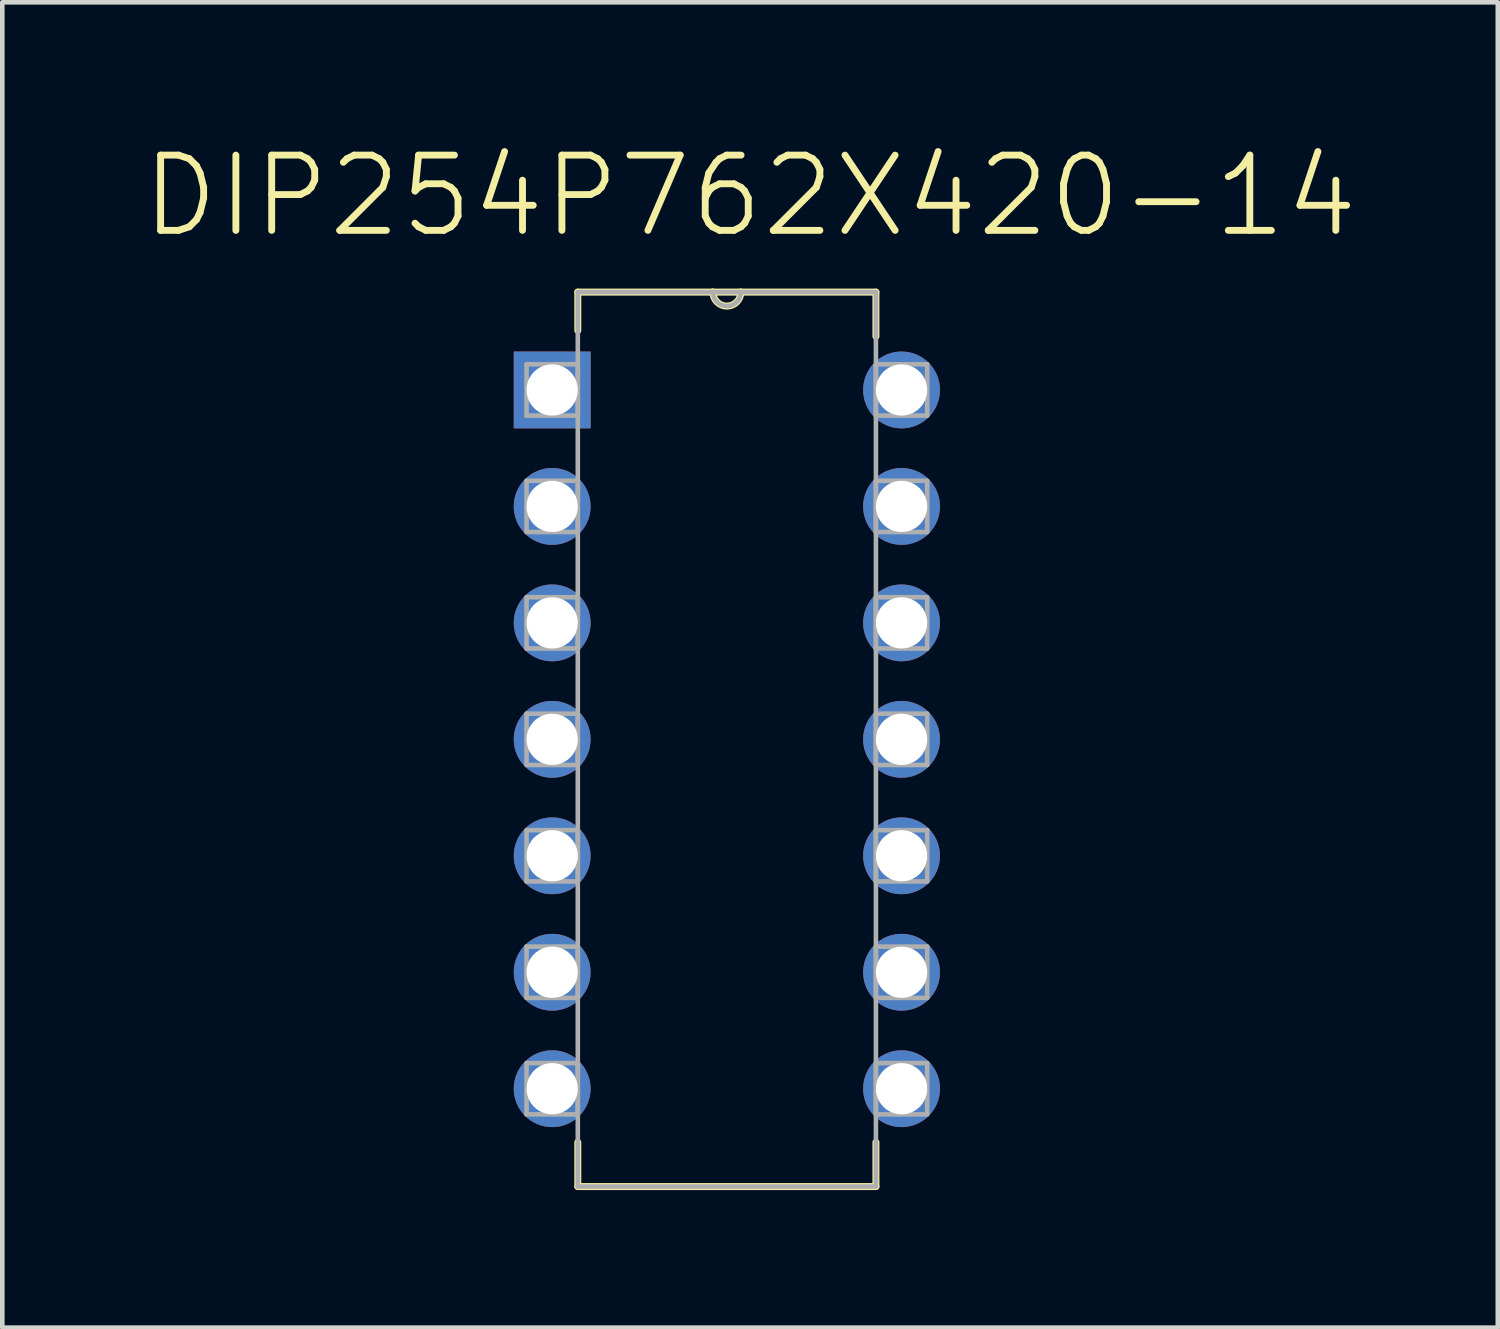
<source format=kicad_pcb>
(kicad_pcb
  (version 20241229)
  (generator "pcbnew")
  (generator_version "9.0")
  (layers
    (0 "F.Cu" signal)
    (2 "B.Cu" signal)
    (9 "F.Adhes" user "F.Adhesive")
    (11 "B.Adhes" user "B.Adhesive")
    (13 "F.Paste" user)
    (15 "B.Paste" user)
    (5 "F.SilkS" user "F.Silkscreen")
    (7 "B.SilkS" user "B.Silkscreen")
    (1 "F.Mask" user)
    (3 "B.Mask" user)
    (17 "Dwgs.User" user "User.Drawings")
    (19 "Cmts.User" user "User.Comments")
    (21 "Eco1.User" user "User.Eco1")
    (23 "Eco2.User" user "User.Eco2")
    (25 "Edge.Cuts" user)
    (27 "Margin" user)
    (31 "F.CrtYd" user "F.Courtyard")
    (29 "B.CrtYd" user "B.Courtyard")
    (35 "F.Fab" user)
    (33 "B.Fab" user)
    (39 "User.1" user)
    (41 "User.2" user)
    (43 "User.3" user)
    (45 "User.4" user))
  (footprint "DIP254P762X420-14"
    (layer "F.Cu")
    (at 16.613 20.695)
    (property "Reference" "DIP254P762X420-14" (at -3.305 -19.472 0) (layer "F.SilkS") (effects (font (size 1.641 1.641) (thickness 0.15))))
    (attr through_hole)
    (fp_line (start -7.061 -17.374) (end -7.061 -16.535) (stroke (width 0.152) (type solid)) (layer "F.SilkS"))
    (fp_line (start -7.061 1.168) (end -7.061 2.134) (stroke (width 0.152) (type solid)) (layer "F.SilkS"))
    (fp_line (start -7.061 2.134) (end -0.559 2.134) (stroke (width 0.152) (type solid)) (layer "F.SilkS"))
    (fp_line (start -4.115 -17.374) (end -7.061 -17.374) (stroke (width 0.152) (type solid)) (layer "F.SilkS"))
    (fp_line (start -3.505 -17.374) (end -4.115 -17.374) (stroke (width 0.152) (type solid)) (layer "F.SilkS"))
    (fp_line (start -0.559 -17.374) (end -3.505 -17.374) (stroke (width 0.152) (type solid)) (layer "F.SilkS"))
    (fp_line (start -0.559 -16.408) (end -0.559 -17.374) (stroke (width 0.152) (type solid)) (layer "F.SilkS"))
    (fp_line (start -0.559 2.134) (end -0.559 1.168) (stroke (width 0.152) (type solid)) (layer "F.SilkS"))
    (fp_arc (start -3.5052 -17.3736) (mid -3.81 -17.0688) (end -4.1148 -17.3736) (stroke (width 0.1524) (type solid)) (layer "F.SilkS"))
    (fp_line (start -8.179 -15.799) (end -8.179 -14.681) (stroke (width 0.1) (type solid)) (layer "F.Fab"))
    (fp_line (start -8.179 -14.681) (end -7.061 -14.681) (stroke (width 0.1) (type solid)) (layer "F.Fab"))
    (fp_line (start -8.179 -13.259) (end -8.179 -12.141) (stroke (width 0.1) (type solid)) (layer "F.Fab"))
    (fp_line (start -8.179 -12.141) (end -7.061 -12.141) (stroke (width 0.1) (type solid)) (layer "F.Fab"))
    (fp_line (start -8.179 -10.719) (end -8.179 -9.601) (stroke (width 0.1) (type solid)) (layer "F.Fab"))
    (fp_line (start -8.179 -9.601) (end -7.061 -9.601) (stroke (width 0.1) (type solid)) (layer "F.Fab"))
    (fp_line (start -8.179 -8.179) (end -8.179 -7.061) (stroke (width 0.1) (type solid)) (layer "F.Fab"))
    (fp_line (start -8.179 -7.061) (end -7.061 -7.061) (stroke (width 0.1) (type solid)) (layer "F.Fab"))
    (fp_line (start -8.179 -5.639) (end -8.179 -4.521) (stroke (width 0.1) (type solid)) (layer "F.Fab"))
    (fp_line (start -8.179 -4.521) (end -7.061 -4.521) (stroke (width 0.1) (type solid)) (layer "F.Fab"))
    (fp_line (start -8.179 -3.099) (end -8.179 -1.981) (stroke (width 0.1) (type solid)) (layer "F.Fab"))
    (fp_line (start -8.179 -1.981) (end -7.061 -1.981) (stroke (width 0.1) (type solid)) (layer "F.Fab"))
    (fp_line (start -8.179 -0.559) (end -8.179 0.559) (stroke (width 0.1) (type solid)) (layer "F.Fab"))
    (fp_line (start -8.179 0.559) (end -7.061 0.559) (stroke (width 0.1) (type solid)) (layer "F.Fab"))
    (fp_line (start -7.061 -17.374) (end -7.061 2.134) (stroke (width 0.1) (type solid)) (layer "F.Fab"))
    (fp_line (start -7.061 -15.799) (end -8.179 -15.799) (stroke (width 0.1) (type solid)) (layer "F.Fab"))
    (fp_line (start -7.061 -14.681) (end -7.061 -15.799) (stroke (width 0.1) (type solid)) (layer "F.Fab"))
    (fp_line (start -7.061 -13.259) (end -8.179 -13.259) (stroke (width 0.1) (type solid)) (layer "F.Fab"))
    (fp_line (start -7.061 -12.141) (end -7.061 -13.259) (stroke (width 0.1) (type solid)) (layer "F.Fab"))
    (fp_line (start -7.061 -10.719) (end -8.179 -10.719) (stroke (width 0.1) (type solid)) (layer "F.Fab"))
    (fp_line (start -7.061 -9.601) (end -7.061 -10.719) (stroke (width 0.1) (type solid)) (layer "F.Fab"))
    (fp_line (start -7.061 -8.179) (end -8.179 -8.179) (stroke (width 0.1) (type solid)) (layer "F.Fab"))
    (fp_line (start -7.061 -7.061) (end -7.061 -8.179) (stroke (width 0.1) (type solid)) (layer "F.Fab"))
    (fp_line (start -7.061 -5.639) (end -8.179 -5.639) (stroke (width 0.1) (type solid)) (layer "F.Fab"))
    (fp_line (start -7.061 -4.521) (end -7.061 -5.639) (stroke (width 0.1) (type solid)) (layer "F.Fab"))
    (fp_line (start -7.061 -3.099) (end -8.179 -3.099) (stroke (width 0.1) (type solid)) (layer "F.Fab"))
    (fp_line (start -7.061 -1.981) (end -7.061 -3.099) (stroke (width 0.1) (type solid)) (layer "F.Fab"))
    (fp_line (start -7.061 -0.559) (end -8.179 -0.559) (stroke (width 0.1) (type solid)) (layer "F.Fab"))
    (fp_line (start -7.061 0.559) (end -7.061 -0.559) (stroke (width 0.1) (type solid)) (layer "F.Fab"))
    (fp_line (start -7.061 2.134) (end -0.559 2.134) (stroke (width 0.1) (type solid)) (layer "F.Fab"))
    (fp_line (start -4.115 -17.374) (end -7.061 -17.374) (stroke (width 0.1) (type solid)) (layer "F.Fab"))
    (fp_line (start -3.505 -17.374) (end -4.115 -17.374) (stroke (width 0.1) (type solid)) (layer "F.Fab"))
    (fp_line (start -0.559 -17.374) (end -3.505 -17.374) (stroke (width 0.1) (type solid)) (layer "F.Fab"))
    (fp_line (start -0.559 -15.799) (end -0.559 -14.681) (stroke (width 0.1) (type solid)) (layer "F.Fab"))
    (fp_line (start -0.559 -14.681) (end 0.559 -14.681) (stroke (width 0.1) (type solid)) (layer "F.Fab"))
    (fp_line (start -0.559 -13.259) (end -0.559 -12.141) (stroke (width 0.1) (type solid)) (layer "F.Fab"))
    (fp_line (start -0.559 -12.141) (end 0.559 -12.141) (stroke (width 0.1) (type solid)) (layer "F.Fab"))
    (fp_line (start -0.559 -10.719) (end -0.559 -9.601) (stroke (width 0.1) (type solid)) (layer "F.Fab"))
    (fp_line (start -0.559 -9.601) (end 0.559 -9.601) (stroke (width 0.1) (type solid)) (layer "F.Fab"))
    (fp_line (start -0.559 -8.179) (end -0.559 -7.061) (stroke (width 0.1) (type solid)) (layer "F.Fab"))
    (fp_line (start -0.559 -7.061) (end 0.559 -7.061) (stroke (width 0.1) (type solid)) (layer "F.Fab"))
    (fp_line (start -0.559 -5.639) (end -0.559 -4.521) (stroke (width 0.1) (type solid)) (layer "F.Fab"))
    (fp_line (start -0.559 -4.521) (end 0.559 -4.521) (stroke (width 0.1) (type solid)) (layer "F.Fab"))
    (fp_line (start -0.559 -3.099) (end -0.559 -1.981) (stroke (width 0.1) (type solid)) (layer "F.Fab"))
    (fp_line (start -0.559 -1.981) (end 0.559 -1.981) (stroke (width 0.1) (type solid)) (layer "F.Fab"))
    (fp_line (start -0.559 -0.559) (end -0.559 0.559) (stroke (width 0.1) (type solid)) (layer "F.Fab"))
    (fp_line (start -0.559 0.559) (end 0.559 0.559) (stroke (width 0.1) (type solid)) (layer "F.Fab"))
    (fp_line (start -0.559 2.134) (end -0.559 -17.374) (stroke (width 0.1) (type solid)) (layer "F.Fab"))
    (fp_line (start 0.559 -15.799) (end -0.559 -15.799) (stroke (width 0.1) (type solid)) (layer "F.Fab"))
    (fp_line (start 0.559 -14.681) (end 0.559 -15.799) (stroke (width 0.1) (type solid)) (layer "F.Fab"))
    (fp_line (start 0.559 -13.259) (end -0.559 -13.259) (stroke (width 0.1) (type solid)) (layer "F.Fab"))
    (fp_line (start 0.559 -12.141) (end 0.559 -13.259) (stroke (width 0.1) (type solid)) (layer "F.Fab"))
    (fp_line (start 0.559 -10.719) (end -0.559 -10.719) (stroke (width 0.1) (type solid)) (layer "F.Fab"))
    (fp_line (start 0.559 -9.601) (end 0.559 -10.719) (stroke (width 0.1) (type solid)) (layer "F.Fab"))
    (fp_line (start 0.559 -8.179) (end -0.559 -8.179) (stroke (width 0.1) (type solid)) (layer "F.Fab"))
    (fp_line (start 0.559 -7.061) (end 0.559 -8.179) (stroke (width 0.1) (type solid)) (layer "F.Fab"))
    (fp_line (start 0.559 -5.639) (end -0.559 -5.639) (stroke (width 0.1) (type solid)) (layer "F.Fab"))
    (fp_line (start 0.559 -4.521) (end 0.559 -5.639) (stroke (width 0.1) (type solid)) (layer "F.Fab"))
    (fp_line (start 0.559 -3.099) (end -0.559 -3.099) (stroke (width 0.1) (type solid)) (layer "F.Fab"))
    (fp_line (start 0.559 -1.981) (end 0.559 -3.099) (stroke (width 0.1) (type solid)) (layer "F.Fab"))
    (fp_line (start 0.559 -0.559) (end -0.559 -0.559) (stroke (width 0.1) (type solid)) (layer "F.Fab"))
    (fp_line (start 0.559 0.559) (end 0.559 -0.559) (stroke (width 0.1) (type solid)) (layer "F.Fab"))
    (fp_arc (start -3.5052 -17.3736) (mid -3.81 -17.0688) (end -4.1148 -17.3736) (stroke (width 0.1) (type solid)) (layer "F.Fab"))
    (pad "1" thru_hole rect (at -7.62 -15.24) (size 1.676 1.676) (drill 1.118) (layers "*.Cu" "*.Mask"))
    (pad "2" thru_hole circle (at -7.62 -12.7) (size 1.676 1.676) (drill 1.118) (layers "*.Cu" "*.Mask"))
    (pad "3" thru_hole circle (at -7.62 -10.16) (size 1.676 1.676) (drill 1.118) (layers "*.Cu" "*.Mask"))
    (pad "4" thru_hole circle (at -7.62 -7.62) (size 1.676 1.676) (drill 1.118) (layers "*.Cu" "*.Mask"))
    (pad "5" thru_hole circle (at -7.62 -5.08) (size 1.676 1.676) (drill 1.118) (layers "*.Cu" "*.Mask"))
    (pad "6" thru_hole circle (at -7.62 -2.54) (size 1.676 1.676) (drill 1.118) (layers "*.Cu" "*.Mask"))
    (pad "7" thru_hole circle (at -7.62 0) (size 1.676 1.676) (drill 1.118) (layers "*.Cu" "*.Mask"))
    (pad "8" thru_hole circle (at 0 0) (size 1.676 1.676) (drill 1.118) (layers "*.Cu" "*.Mask"))
    (pad "9" thru_hole circle (at 0 -2.54) (size 1.676 1.676) (drill 1.118) (layers "*.Cu" "*.Mask"))
    (pad "10" thru_hole circle (at 0 -5.08) (size 1.676 1.676) (drill 1.118) (layers "*.Cu" "*.Mask"))
    (pad "11" thru_hole circle (at 0 -7.62) (size 1.676 1.676) (drill 1.118) (layers "*.Cu" "*.Mask"))
    (pad "12" thru_hole circle (at 0 -10.16) (size 1.676 1.676) (drill 1.118) (layers "*.Cu" "*.Mask"))
    (pad "13" thru_hole circle (at 0 -12.7) (size 1.676 1.676) (drill 1.118) (layers "*.Cu" "*.Mask"))
    (pad "14" thru_hole circle (at 0 -15.24) (size 1.676 1.676) (drill 1.118) (layers "*.Cu" "*.Mask")))
  (gr_rect
    (start -3 -3)
    (end 29.617 25.905)
    (stroke (width 0.1) (type default))
    (fill no)
    (layer "Edge.Cuts")))
</source>
